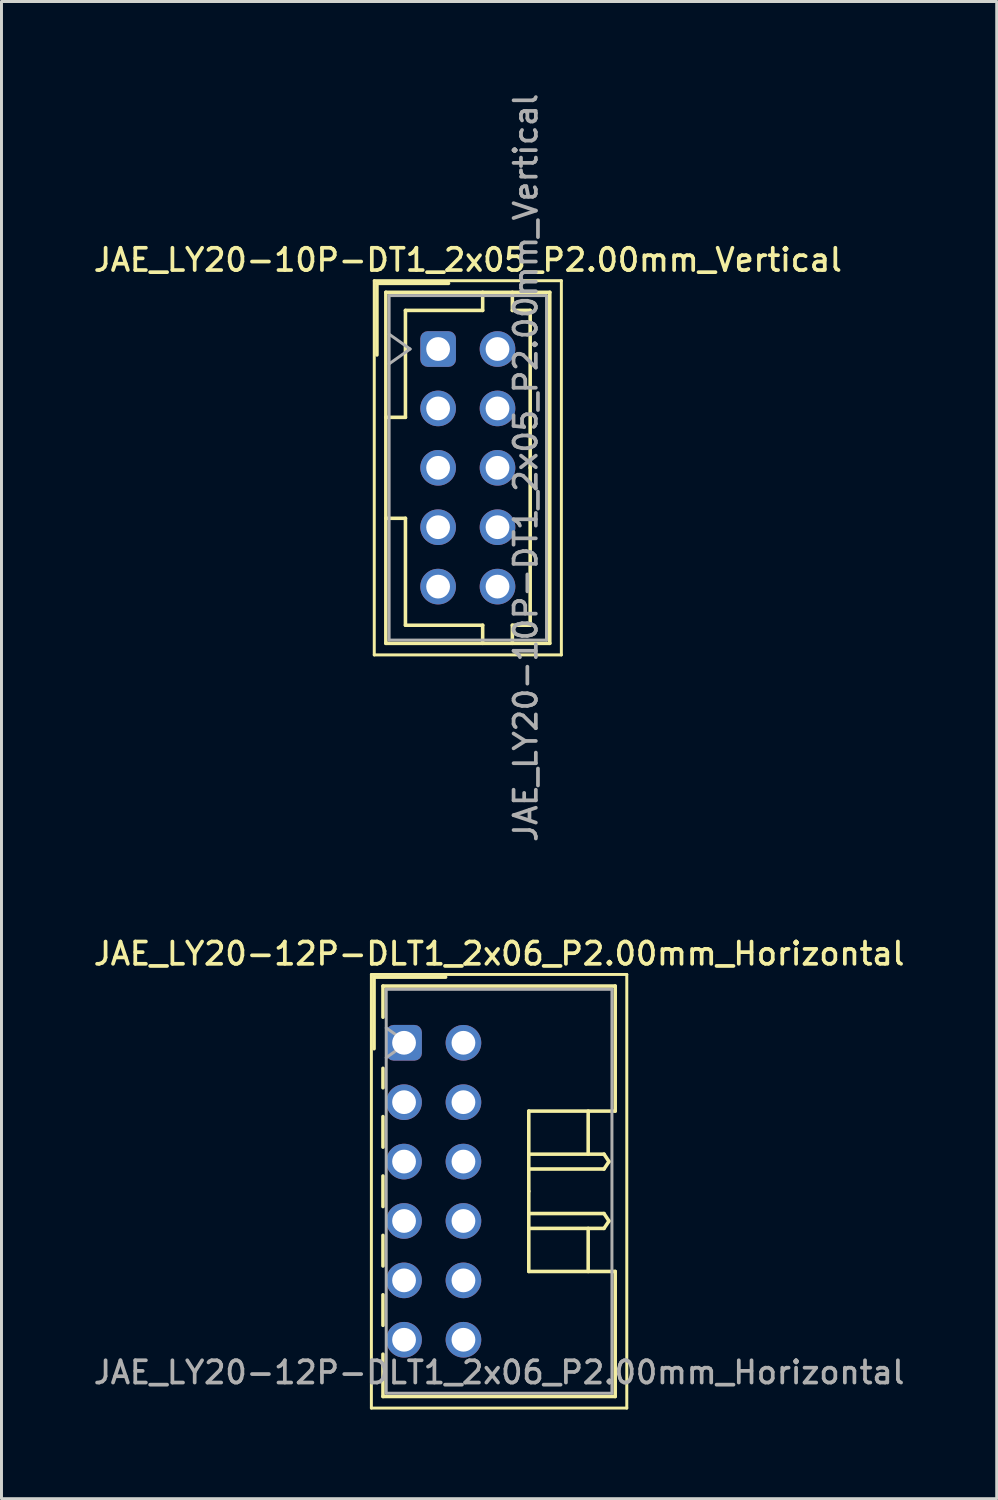
<source format=kicad_pcb>
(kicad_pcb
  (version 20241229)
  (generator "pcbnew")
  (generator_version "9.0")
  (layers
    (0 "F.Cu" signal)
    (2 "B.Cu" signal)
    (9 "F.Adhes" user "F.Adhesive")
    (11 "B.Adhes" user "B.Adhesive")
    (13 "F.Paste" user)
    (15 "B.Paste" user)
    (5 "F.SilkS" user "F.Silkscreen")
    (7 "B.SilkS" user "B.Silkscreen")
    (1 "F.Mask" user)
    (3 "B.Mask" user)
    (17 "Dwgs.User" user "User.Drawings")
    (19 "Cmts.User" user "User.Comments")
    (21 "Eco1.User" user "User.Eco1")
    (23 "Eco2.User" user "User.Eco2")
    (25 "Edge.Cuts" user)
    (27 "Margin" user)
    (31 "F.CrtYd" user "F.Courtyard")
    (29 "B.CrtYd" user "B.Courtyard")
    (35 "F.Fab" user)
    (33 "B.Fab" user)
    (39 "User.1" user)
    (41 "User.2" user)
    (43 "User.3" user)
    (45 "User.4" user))
  (footprint "JAE_LY20-10P-DT1_2x05_P2.00mm_Vertical"
    (layer "F.Cu")
    (at 11.702 8.702)
    (property "Reference" "JAE_LY20-10P-DT1_2x05_P2.00mm_Vertical" (at 1 -3 0) (layer "F.SilkS") (effects (font (size 0.75 0.75) (thickness 0.125))))
    (attr through_hole)
    (fp_line (start -2.15 -2.3) (end -2.15 10.3) (stroke (width 0.1) (type solid)) (layer "F.SilkS"))
    (fp_line (start -2.15 10.3) (end 4.15 10.3) (stroke (width 0.1) (type solid)) (layer "F.SilkS"))
    (fp_line (start -2.06 -2.21) (end -2.06 0.2) (stroke (width 0.12) (type solid)) (layer "F.SilkS"))
    (fp_line (start -1.76 -1.91) (end -1.76 9.91) (stroke (width 0.12) (type solid)) (layer "F.SilkS"))
    (fp_line (start -1.76 9.91) (end 3.76 9.91) (stroke (width 0.12) (type solid)) (layer "F.SilkS"))
    (fp_line (start -1.1 -1.3) (end -1.1 2.3) (stroke (width 0.12) (type solid)) (layer "F.SilkS"))
    (fp_line (start -1.1 2.3) (end -1.76 2.3) (stroke (width 0.12) (type solid)) (layer "F.SilkS"))
    (fp_line (start -1.1 5.7) (end -1.76 5.7) (stroke (width 0.12) (type solid)) (layer "F.SilkS"))
    (fp_line (start -1.1 9.3) (end -1.1 5.7) (stroke (width 0.12) (type solid)) (layer "F.SilkS"))
    (fp_line (start 0.35 -2.21) (end -2.06 -2.21) (stroke (width 0.12) (type solid)) (layer "F.SilkS"))
    (fp_line (start 1.5 -1.91) (end 1.5 -1.3) (stroke (width 0.12) (type solid)) (layer "F.SilkS"))
    (fp_line (start 1.5 -1.3) (end -1.1 -1.3) (stroke (width 0.12) (type solid)) (layer "F.SilkS"))
    (fp_line (start 1.5 9.3) (end -1.1 9.3) (stroke (width 0.12) (type solid)) (layer "F.SilkS"))
    (fp_line (start 1.5 9.91) (end 1.5 9.3) (stroke (width 0.12) (type solid)) (layer "F.SilkS"))
    (fp_line (start 2.5 -1.91) (end 2.5 -1.3) (stroke (width 0.12) (type solid)) (layer "F.SilkS"))
    (fp_line (start 2.5 -1.3) (end 3.1 -1.3) (stroke (width 0.12) (type solid)) (layer "F.SilkS"))
    (fp_line (start 2.5 9.3) (end 3.1 9.3) (stroke (width 0.12) (type solid)) (layer "F.SilkS"))
    (fp_line (start 2.5 9.91) (end 2.5 9.3) (stroke (width 0.12) (type solid)) (layer "F.SilkS"))
    (fp_line (start 3.1 -1.3) (end 3.1 4) (stroke (width 0.12) (type solid)) (layer "F.SilkS"))
    (fp_line (start 3.1 9.3) (end 3.1 4) (stroke (width 0.12) (type solid)) (layer "F.SilkS"))
    (fp_line (start 3.76 -1.91) (end -1.76 -1.91) (stroke (width 0.12) (type solid)) (layer "F.SilkS"))
    (fp_line (start 3.76 9.91) (end 3.76 -1.91) (stroke (width 0.12) (type solid)) (layer "F.SilkS"))
    (fp_line (start 4.15 -2.3) (end -2.15 -2.3) (stroke (width 0.1) (type solid)) (layer "F.SilkS"))
    (fp_line (start 4.15 10.3) (end 4.15 -2.3) (stroke (width 0.1) (type solid)) (layer "F.SilkS"))
    (fp_line (start -1.65 -1.8) (end -1.65 9.8) (stroke (width 0.1) (type solid)) (layer "F.Fab"))
    (fp_line (start -1.65 0.5) (end -0.943 0) (stroke (width 0.1) (type solid)) (layer "F.Fab"))
    (fp_line (start -1.65 9.8) (end 3.65 9.8) (stroke (width 0.1) (type solid)) (layer "F.Fab"))
    (fp_line (start -0.943 0) (end -1.65 -0.5) (stroke (width 0.1) (type solid)) (layer "F.Fab"))
    (fp_line (start 3.65 -1.8) (end -1.65 -1.8) (stroke (width 0.1) (type solid)) (layer "F.Fab"))
    (fp_line (start 3.65 9.8) (end 3.65 -1.8) (stroke (width 0.1) (type solid)) (layer "F.Fab"))
    (fp_text user "${REFERENCE}" (at 2.95 4 90) (layer "F.Fab") (effects (font (size 0.75 0.75) (thickness 0.125))))
    (pad "a1" thru_hole roundrect (at 0 0) (size 1.2 1.2) (drill 0.8) (layers "*.Cu" "*.Mask") (roundrect_rratio 0.208))
    (pad "a2" thru_hole circle (at 0 2) (size 1.2 1.2) (drill 0.8) (layers "*.Cu" "*.Mask"))
    (pad "a3" thru_hole circle (at 0 4) (size 1.2 1.2) (drill 0.8) (layers "*.Cu" "*.Mask"))
    (pad "a4" thru_hole circle (at 0 6) (size 1.2 1.2) (drill 0.8) (layers "*.Cu" "*.Mask"))
    (pad "a5" thru_hole circle (at 0 8) (size 1.2 1.2) (drill 0.8) (layers "*.Cu" "*.Mask"))
    (pad "b1" thru_hole circle (at 2 0) (size 1.2 1.2) (drill 0.8) (layers "*.Cu" "*.Mask"))
    (pad "b2" thru_hole circle (at 2 2) (size 1.2 1.2) (drill 0.8) (layers "*.Cu" "*.Mask"))
    (pad "b3" thru_hole circle (at 2 4) (size 1.2 1.2) (drill 0.8) (layers "*.Cu" "*.Mask"))
    (pad "b4" thru_hole circle (at 2 6) (size 1.2 1.2) (drill 0.8) (layers "*.Cu" "*.Mask"))
    (pad "b5" thru_hole circle (at 2 8) (size 1.2 1.2) (drill 0.8) (layers "*.Cu" "*.Mask")))
  (footprint "JAE_LY20-12P-DLT1_2x06_P2.00mm_Horizontal"
    (layer "F.Cu")
    (at 10.555 32.062)
    (property "Reference" "JAE_LY20-12P-DLT1_2x06_P2.00mm_Horizontal" (at 3.2 -3 0) (layer "F.SilkS") (effects (font (size 0.75 0.75) (thickness 0.125))))
    (attr through_hole)
    (fp_line (start -1.1 -2.3) (end -1.1 12.3) (stroke (width 0.1) (type solid)) (layer "F.SilkS"))
    (fp_line (start -1.1 12.3) (end 7.5 12.3) (stroke (width 0.1) (type solid)) (layer "F.SilkS"))
    (fp_line (start -1.01 -2.21) (end -1.01 0.2) (stroke (width 0.12) (type solid)) (layer "F.SilkS"))
    (fp_line (start -0.71 -1.91) (end -0.71 -0.86) (stroke (width 0.12) (type solid)) (layer "F.SilkS"))
    (fp_line (start -0.71 -1.91) (end 7.11 -1.91) (stroke (width 0.12) (type solid)) (layer "F.SilkS"))
    (fp_line (start -0.71 0.86) (end -0.71 1.515) (stroke (width 0.12) (type solid)) (layer "F.SilkS"))
    (fp_line (start -0.71 2.485) (end -0.71 3.515) (stroke (width 0.12) (type solid)) (layer "F.SilkS"))
    (fp_line (start -0.71 4.485) (end -0.71 5.515) (stroke (width 0.12) (type solid)) (layer "F.SilkS"))
    (fp_line (start -0.71 6.485) (end -0.71 7.515) (stroke (width 0.12) (type solid)) (layer "F.SilkS"))
    (fp_line (start -0.71 8.485) (end -0.71 9.515) (stroke (width 0.12) (type solid)) (layer "F.SilkS"))
    (fp_line (start -0.71 10.485) (end -0.71 11.91) (stroke (width 0.12) (type solid)) (layer "F.SilkS"))
    (fp_line (start -0.71 11.91) (end 7.11 11.91) (stroke (width 0.12) (type solid)) (layer "F.SilkS"))
    (fp_line (start 1.4 -2.21) (end -1.01 -2.21) (stroke (width 0.12) (type solid)) (layer "F.SilkS"))
    (fp_line (start 4.2 2.3) (end 4.2 5) (stroke (width 0.12) (type solid)) (layer "F.SilkS"))
    (fp_line (start 4.2 3.75) (end 6.733 3.75) (stroke (width 0.12) (type solid)) (layer "F.SilkS"))
    (fp_line (start 4.2 5.75) (end 6.733 5.75) (stroke (width 0.12) (type solid)) (layer "F.SilkS"))
    (fp_line (start 4.2 7.7) (end 4.2 5) (stroke (width 0.12) (type solid)) (layer "F.SilkS"))
    (fp_line (start 6.2 2.3) (end 6.2 3.75) (stroke (width 0.12) (type solid)) (layer "F.SilkS"))
    (fp_line (start 6.2 7.7) (end 6.2 6.25) (stroke (width 0.12) (type solid)) (layer "F.SilkS"))
    (fp_line (start 6.733 3.75) (end 6.9 4) (stroke (width 0.12) (type solid)) (layer "F.SilkS"))
    (fp_line (start 6.733 4.25) (end 4.2 4.25) (stroke (width 0.12) (type solid)) (layer "F.SilkS"))
    (fp_line (start 6.733 5.75) (end 6.9 6) (stroke (width 0.12) (type solid)) (layer "F.SilkS"))
    (fp_line (start 6.733 6.25) (end 4.2 6.25) (stroke (width 0.12) (type solid)) (layer "F.SilkS"))
    (fp_line (start 6.9 4) (end 6.733 4.25) (stroke (width 0.12) (type solid)) (layer "F.SilkS"))
    (fp_line (start 6.9 6) (end 6.733 6.25) (stroke (width 0.12) (type solid)) (layer "F.SilkS"))
    (fp_line (start 7.11 -1.91) (end 7.11 2.3) (stroke (width 0.12) (type solid)) (layer "F.SilkS"))
    (fp_line (start 7.11 2.3) (end 4.2 2.3) (stroke (width 0.12) (type solid)) (layer "F.SilkS"))
    (fp_line (start 7.11 7.7) (end 4.2 7.7) (stroke (width 0.12) (type solid)) (layer "F.SilkS"))
    (fp_line (start 7.11 11.91) (end 7.11 7.7) (stroke (width 0.12) (type solid)) (layer "F.SilkS"))
    (fp_line (start 7.5 -2.3) (end -1.1 -2.3) (stroke (width 0.1) (type solid)) (layer "F.SilkS"))
    (fp_line (start 7.5 12.3) (end 7.5 -2.3) (stroke (width 0.1) (type solid)) (layer "F.SilkS"))
    (fp_line (start -0.6 -1.8) (end -0.6 11.8) (stroke (width 0.1) (type solid)) (layer "F.Fab"))
    (fp_line (start -0.6 0.5) (end 0.107 0) (stroke (width 0.1) (type solid)) (layer "F.Fab"))
    (fp_line (start -0.6 11.8) (end 7 11.8) (stroke (width 0.1) (type solid)) (layer "F.Fab"))
    (fp_line (start 0.107 0) (end -0.6 -0.5) (stroke (width 0.1) (type solid)) (layer "F.Fab"))
    (fp_line (start 7 -1.8) (end -0.6 -1.8) (stroke (width 0.1) (type solid)) (layer "F.Fab"))
    (fp_line (start 7 11.8) (end 7 -1.8) (stroke (width 0.1) (type solid)) (layer "F.Fab"))
    (fp_text user "${REFERENCE}" (at 3.2 11.1 0) (layer "F.Fab") (effects (font (size 0.75 0.75) (thickness 0.125))))
    (pad "a1" thru_hole roundrect (at 0 0) (size 1.2 1.2) (drill 0.8) (layers "*.Cu" "*.Mask") (roundrect_rratio 0.208))
    (pad "a2" thru_hole circle (at 0 2) (size 1.2 1.2) (drill 0.8) (layers "*.Cu" "*.Mask"))
    (pad "a3" thru_hole circle (at 0 4) (size 1.2 1.2) (drill 0.8) (layers "*.Cu" "*.Mask"))
    (pad "a4" thru_hole circle (at 0 6) (size 1.2 1.2) (drill 0.8) (layers "*.Cu" "*.Mask"))
    (pad "a5" thru_hole circle (at 0 8) (size 1.2 1.2) (drill 0.8) (layers "*.Cu" "*.Mask"))
    (pad "a6" thru_hole circle (at 0 10) (size 1.2 1.2) (drill 0.8) (layers "*.Cu" "*.Mask"))
    (pad "b1" thru_hole circle (at 2 0) (size 1.2 1.2) (drill 0.8) (layers "*.Cu" "*.Mask"))
    (pad "b2" thru_hole circle (at 2 2) (size 1.2 1.2) (drill 0.8) (layers "*.Cu" "*.Mask"))
    (pad "b3" thru_hole circle (at 2 4) (size 1.2 1.2) (drill 0.8) (layers "*.Cu" "*.Mask"))
    (pad "b4" thru_hole circle (at 2 6) (size 1.2 1.2) (drill 0.8) (layers "*.Cu" "*.Mask"))
    (pad "b5" thru_hole circle (at 2 8) (size 1.2 1.2) (drill 0.8) (layers "*.Cu" "*.Mask"))
    (pad "b6" thru_hole circle (at 2 10) (size 1.2 1.2) (drill 0.8) (layers "*.Cu" "*.Mask")))
  (gr_rect
    (start -3 -3)
    (end 30.511 47.412)
    (stroke (width 0.1) (type default))
    (fill no)
    (layer "Edge.Cuts")))
</source>
